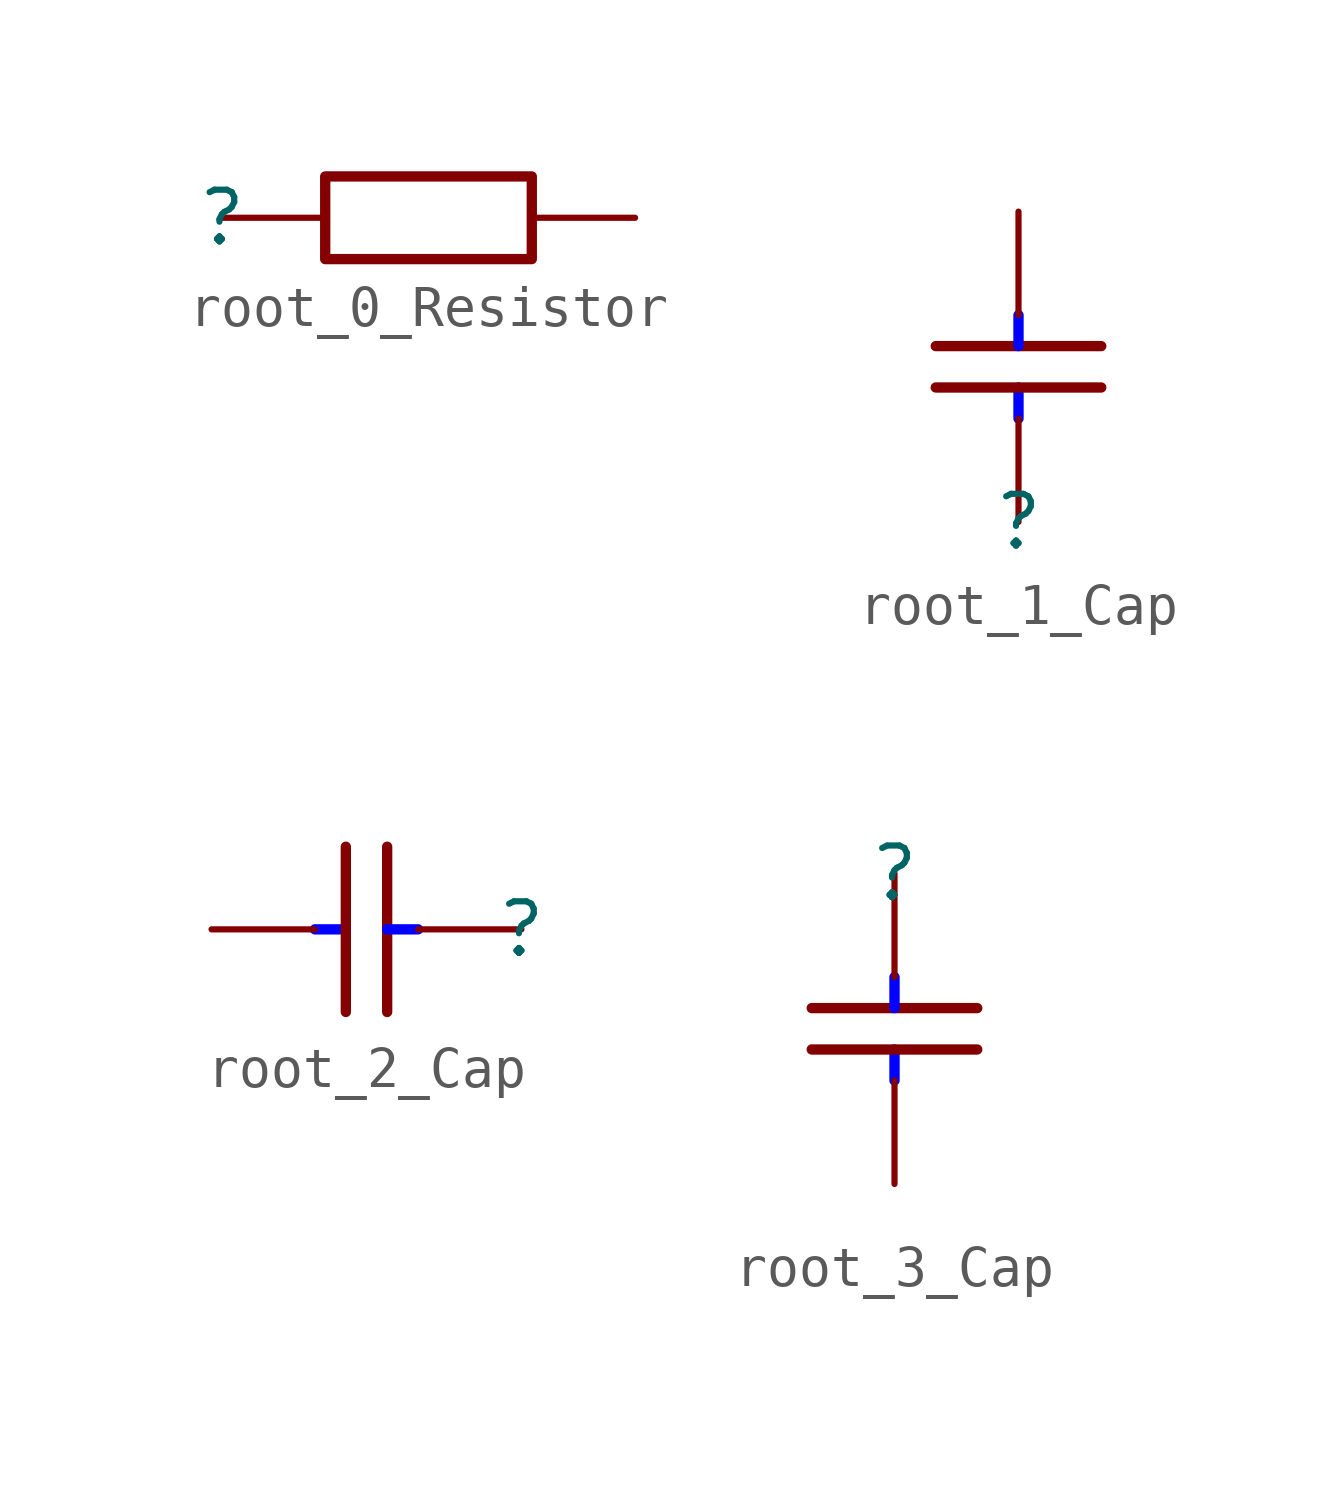
<source format=kicad_sym>
(kicad_symbol_lib
  (version 20220914)
  (generator kicad_symbol_editor)
  (symbol "root_0_Resistor"
    (property "Reference" ""
      (at 0 0 0)
      (effects (font (size 1.27 1.27))))
    (property "Value" ""
      (at 0 0 0)
      (effects (font (size 1.27 1.27))))
    (symbol "root_0_Resistor_1_0"
      (rectangle (start 7.62 1.016) (end 2.54 -1.016) (stroke (width 0.254) (type solid)) (fill (type none)))
      (pin passive line (at 0 0 0) (length 2.54) (name "1" (effects (font (size 0 0)))) (number "1" (effects (font (size 0 0)))))
      (pin passive line (at 10.16 0 180) (length 2.54) (name "2" (effects (font (size 0 0)))) (number "2" (effects (font (size 0 0)))))))
  (symbol "root_1_Cap"
    (property "Reference" ""
      (at 0 0 0)
      (effects (font (size 1.27 1.27))))
    (property "Value" ""
      (at 0 0 0)
      (effects (font (size 1.27 1.27))))
    (symbol "root_1_Cap_1_0"
      (polyline (pts (xy -2.032 4.318) (xy 2.032 4.318)) (stroke (width 0.254) (type solid)) (fill (type none)))
      (polyline (pts (xy 0 2.54) (xy 0 3.302)) (stroke (width 0.254) (type solid) (color 0 0 255 1)) (fill (type none)))
      (polyline (pts (xy 0 5.08) (xy 0 4.318)) (stroke (width 0.254) (type solid) (color 0 0 255 1)) (fill (type none)))
      (polyline (pts (xy 2.032 3.302) (xy -2.032 3.302)) (stroke (width 0.254) (type solid)) (fill (type none)))
      (pin passive line (at 0 0 90) (length 2.54) (name "1" (effects (font (size 0 0)))) (number "1" (effects (font (size 0 0)))))
      (pin passive line (at 0 7.62 270) (length 2.54) (name "2" (effects (font (size 0 0)))) (number "2" (effects (font (size 0 0)))))))
  (symbol "root_2_Cap"
    (property "Reference" ""
      (at 0 0 0)
      (effects (font (size 1.27 1.27))))
    (property "Value" ""
      (at 0 0 0)
      (effects (font (size 1.27 1.27))))
    (symbol "root_2_Cap_1_0"
      (polyline (pts (xy -5.08 0) (xy -4.318 0)) (stroke (width 0.254) (type solid) (color 0 0 255 1)) (fill (type none)))
      (polyline (pts (xy -4.318 -2.032) (xy -4.318 2.032)) (stroke (width 0.254) (type solid)) (fill (type none)))
      (polyline (pts (xy -3.302 2.032) (xy -3.302 -2.032)) (stroke (width 0.254) (type solid)) (fill (type none)))
      (polyline (pts (xy -2.54 0) (xy -3.302 0)) (stroke (width 0.254) (type solid) (color 0 0 255 1)) (fill (type none)))
      (pin passive line (at 0 0 180) (length 2.54) (name "1" (effects (font (size 0 0)))) (number "1" (effects (font (size 0 0)))))
      (pin passive line (at -7.62 0 0) (length 2.54) (name "2" (effects (font (size 0 0)))) (number "2" (effects (font (size 0 0)))))))
  (symbol "root_3_Cap"
    (property "Reference" ""
      (at 0 0 0)
      (effects (font (size 1.27 1.27))))
    (property "Value" ""
      (at 0 0 0)
      (effects (font (size 1.27 1.27))))
    (symbol "root_3_Cap_1_0"
      (polyline (pts (xy -2.032 -3.302) (xy 2.032 -3.302)) (stroke (width 0.254) (type solid)) (fill (type none)))
      (polyline (pts (xy 0 -5.08) (xy 0 -4.318)) (stroke (width 0.254) (type solid) (color 0 0 255 1)) (fill (type none)))
      (polyline (pts (xy 0 -2.54) (xy 0 -3.302)) (stroke (width 0.254) (type solid) (color 0 0 255 1)) (fill (type none)))
      (polyline (pts (xy 2.032 -4.318) (xy -2.032 -4.318)) (stroke (width 0.254) (type solid)) (fill (type none)))
      (pin passive line (at 0 0 270) (length 2.54) (name "1" (effects (font (size 0 0)))) (number "1" (effects (font (size 0 0)))))
      (pin passive line (at 0 -7.62 90) (length 2.54) (name "2" (effects (font (size 0 0)))) (number "2" (effects (font (size 0 0))))))))
</source>
